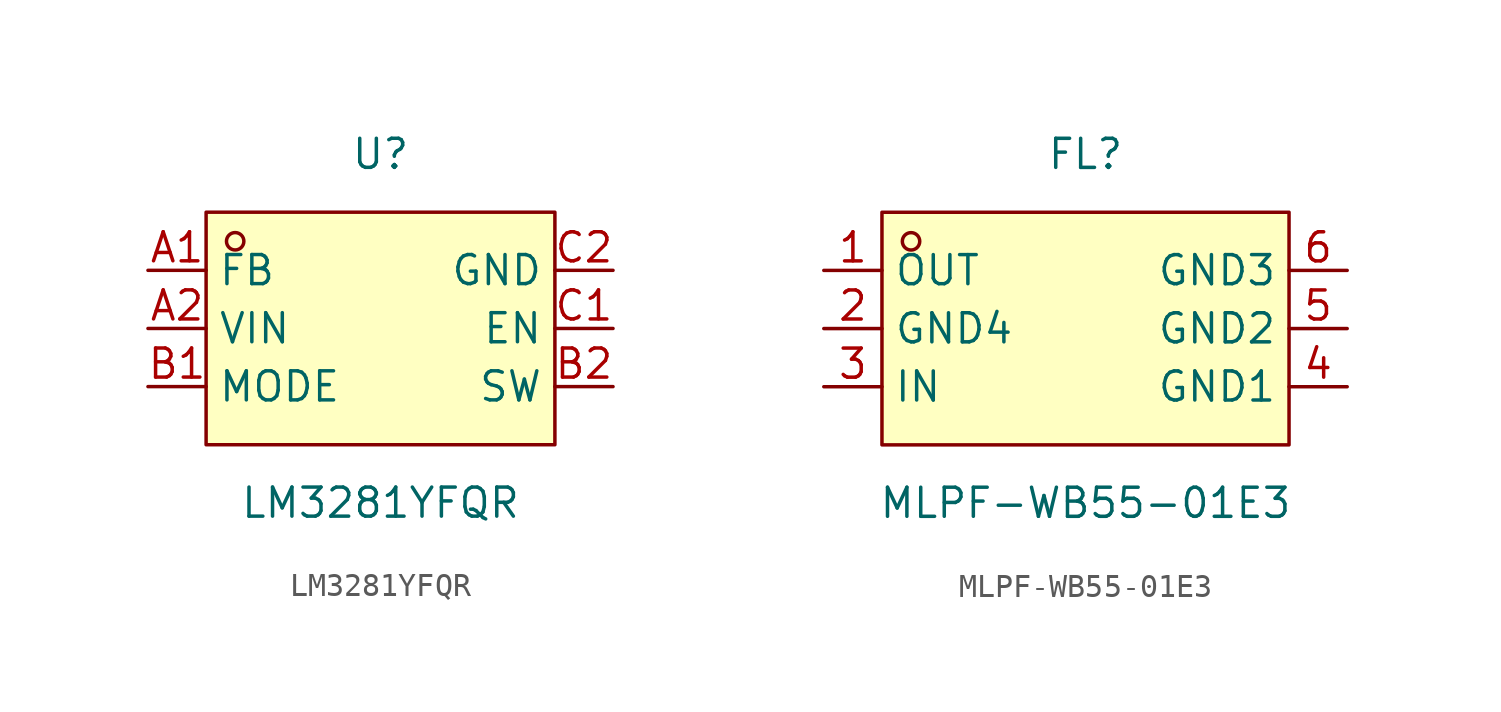
<source format=kicad_sym>
(kicad_symbol_lib
  (version 20211014)
  (generator https://github.com/uPesy/easyeda2kicad.py)
  (symbol "LM3281YFQR"
    (property "Reference" "U"
      (at 0 7.62 0)
      (effects (font (size 1.27 1.27))))
    (property "Value" "LM3281YFQR"
      (at 0 -7.62 0)
      (effects (font (size 1.27 1.27))))
    (symbol "LM3281YFQR_0_1"
      (rectangle (start -7.62 5.08) (end 7.62 -5.08) (stroke (width 0) (type default) (color 0 0 0 0)) (fill (type background)))
      (circle (center -6.35 3.81) (radius 0.38) (stroke (width 0) (type default) (color 0 0 0 0)) (fill (type none)))
      (pin unspecified line (at 10.16 2.54 180) (length 2.54) (name "GND" (effects (font (size 1.27 1.27)))) (number "C2" (effects (font (size 1.27 1.27)))))
      (pin unspecified line (at 10.16 -0.00 180) (length 2.54) (name "EN" (effects (font (size 1.27 1.27)))) (number "C1" (effects (font (size 1.27 1.27)))))
      (pin unspecified line (at 10.16 -2.54 180) (length 2.54) (name "SW" (effects (font (size 1.27 1.27)))) (number "B2" (effects (font (size 1.27 1.27)))))
      (pin unspecified line (at -10.16 -2.54 0) (length 2.54) (name "MODE" (effects (font (size 1.27 1.27)))) (number "B1" (effects (font (size 1.27 1.27)))))
      (pin unspecified line (at -10.16 -0.00 0) (length 2.54) (name "VIN" (effects (font (size 1.27 1.27)))) (number "A2" (effects (font (size 1.27 1.27)))))
      (pin unspecified line (at -10.16 2.54 0) (length 2.54) (name "FB" (effects (font (size 1.27 1.27)))) (number "A1" (effects (font (size 1.27 1.27)))))))
  (symbol "MLPF-WB55-01E3"
    (property "Reference" "FL"
      (at 0 7.62 0)
      (effects (font (size 1.27 1.27))))
    (property "Value" "MLPF-WB55-01E3"
      (at 0 -7.62 0)
      (effects (font (size 1.27 1.27))))
    (symbol "MLPF-WB55-01E3_0_1"
      (rectangle (start -8.89 5.08) (end 8.89 -5.08) (stroke (width 0) (type default) (color 0 0 0 0)) (fill (type background)))
      (circle (center -7.62 3.81) (radius 0.38) (stroke (width 0) (type default) (color 0 0 0 0)) (fill (type none)))
      (pin unspecified line (at -11.43 2.54 0) (length 2.54) (name "OUT" (effects (font (size 1.27 1.27)))) (number "1" (effects (font (size 1.27 1.27)))))
      (pin unspecified line (at -11.43 -0.00 0) (length 2.54) (name "GND4" (effects (font (size 1.27 1.27)))) (number "2" (effects (font (size 1.27 1.27)))))
      (pin unspecified line (at -11.43 -2.54 0) (length 2.54) (name "IN" (effects (font (size 1.27 1.27)))) (number "3" (effects (font (size 1.27 1.27)))))
      (pin unspecified line (at 11.43 -2.54 180) (length 2.54) (name "GND1" (effects (font (size 1.27 1.27)))) (number "4" (effects (font (size 1.27 1.27)))))
      (pin unspecified line (at 11.43 -0.00 180) (length 2.54) (name "GND2" (effects (font (size 1.27 1.27)))) (number "5" (effects (font (size 1.27 1.27)))))
      (pin unspecified line (at 11.43 2.54 180) (length 2.54) (name "GND3" (effects (font (size 1.27 1.27)))) (number "6" (effects (font (size 1.27 1.27))))))))
</source>
